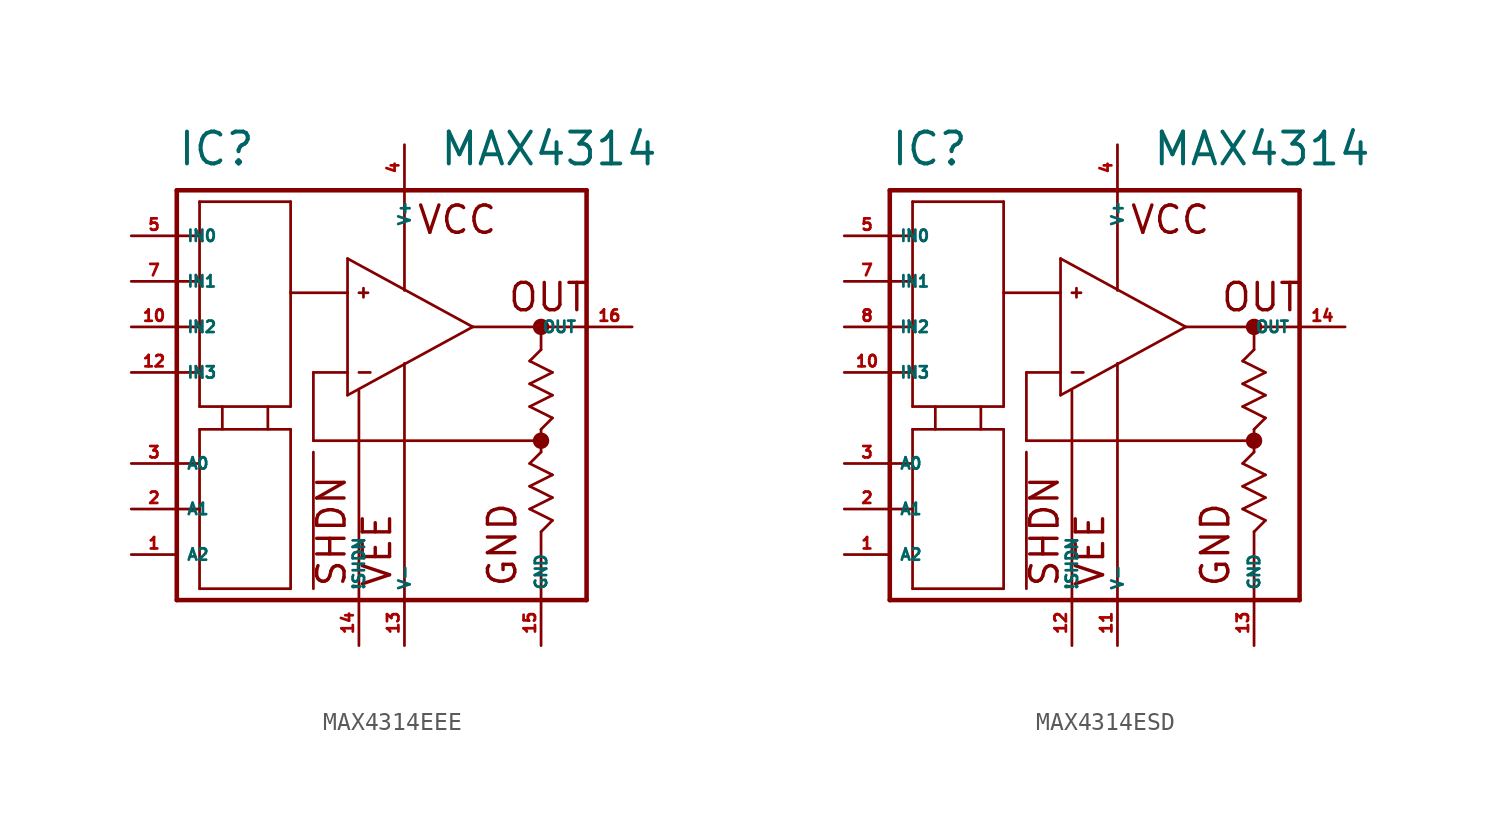
<source format=kicad_sym>
(kicad_symbol_lib
  (version 20220914)
  (generator Eagle2Kicad)
  (symbol "MAX4314EEE"
    (property "Reference" "IC"
      (at -10.16 11.43 0)
      (effects (font (size 1.778 1.778) (thickness 0.22)) (justify left bottom)))
    (property "Value" "MAX4314"
      (at 4.445 11.43 0)
      (effects (font (size 1.778 1.778) (thickness 0.22)) (justify left bottom)))
    (polyline
      (pts (xy 6.35 2.54) (xy -0.635 6.35))
      (stroke (width 0.152) (type default))
      (fill (type none)))
    (polyline
      (pts (xy -0.635 6.35) (xy -0.635 4.445))
      (stroke (width 0.152) (type default))
      (fill (type none)))
    (polyline
      (pts (xy -0.635 4.445) (xy -0.635 0))
      (stroke (width 0.152) (type default))
      (fill (type none)))
    (polyline
      (pts (xy -0.635 0) (xy -0.635 -1.27))
      (stroke (width 0.152) (type default))
      (fill (type none)))
    (polyline
      (pts (xy -0.635 -1.27) (xy 6.35 2.54))
      (stroke (width 0.152) (type default))
      (fill (type none)))
    (polyline
      (pts (xy -10.16 10.16) (xy -10.16 7.62))
      (stroke (width 0.254) (type default))
      (fill (type none)))
    (polyline
      (pts (xy -10.16 7.62) (xy -10.16 5.08))
      (stroke (width 0.254) (type default))
      (fill (type none)))
    (polyline
      (pts (xy -10.16 5.08) (xy -10.16 2.54))
      (stroke (width 0.254) (type default))
      (fill (type none)))
    (polyline
      (pts (xy -10.16 2.54) (xy -10.16 0))
      (stroke (width 0.254) (type default))
      (fill (type none)))
    (polyline
      (pts (xy -10.16 0) (xy -10.16 -5.08))
      (stroke (width 0.254) (type default))
      (fill (type none)))
    (polyline
      (pts (xy -10.16 -5.08) (xy -10.16 -7.62))
      (stroke (width 0.254) (type default))
      (fill (type none)))
    (polyline
      (pts (xy -10.16 -7.62) (xy -10.16 -12.7))
      (stroke (width 0.254) (type default))
      (fill (type none)))
    (polyline
      (pts (xy -10.16 -12.7) (xy 0 -12.7))
      (stroke (width 0.254) (type default))
      (fill (type none)))
    (polyline
      (pts (xy 0 -12.7) (xy 2.54 -12.7))
      (stroke (width 0.254) (type default))
      (fill (type none)))
    (polyline
      (pts (xy 2.54 -12.7) (xy 10.16 -12.7))
      (stroke (width 0.254) (type default))
      (fill (type none)))
    (polyline
      (pts (xy 10.16 -12.7) (xy 12.7 -12.7))
      (stroke (width 0.254) (type default))
      (fill (type none)))
    (polyline
      (pts (xy 12.7 -12.7) (xy 12.7 2.54))
      (stroke (width 0.254) (type default))
      (fill (type none)))
    (polyline
      (pts (xy 12.7 2.54) (xy 12.7 10.16))
      (stroke (width 0.254) (type default))
      (fill (type none)))
    (polyline
      (pts (xy 12.7 10.16) (xy 2.54 10.16))
      (stroke (width 0.254) (type default))
      (fill (type none)))
    (polyline
      (pts (xy 2.54 10.16) (xy -10.16 10.16))
      (stroke (width 0.254) (type default))
      (fill (type none)))
    (polyline
      (pts (xy -10.16 7.62) (xy -8.89 7.62))
      (stroke (width 0.152) (type default))
      (fill (type none)))
    (polyline
      (pts (xy -8.89 7.62) (xy -8.89 9.525))
      (stroke (width 0.152) (type default))
      (fill (type none)))
    (polyline
      (pts (xy -8.89 9.525) (xy -3.81 9.525))
      (stroke (width 0.152) (type default))
      (fill (type none)))
    (polyline
      (pts (xy -3.81 9.525) (xy -3.81 4.445))
      (stroke (width 0.152) (type default))
      (fill (type none)))
    (polyline
      (pts (xy -3.81 4.445) (xy -3.81 -1.905))
      (stroke (width 0.152) (type default))
      (fill (type none)))
    (polyline
      (pts (xy -8.89 -1.905) (xy -8.89 0))
      (stroke (width 0.152) (type default))
      (fill (type none)))
    (polyline
      (pts (xy -8.89 0) (xy -8.89 2.54))
      (stroke (width 0.152) (type default))
      (fill (type none)))
    (polyline
      (pts (xy -8.89 2.54) (xy -8.89 5.08))
      (stroke (width 0.152) (type default))
      (fill (type none)))
    (polyline
      (pts (xy -8.89 5.08) (xy -8.89 7.62))
      (stroke (width 0.152) (type default))
      (fill (type none)))
    (polyline
      (pts (xy -10.16 5.08) (xy -8.89 5.08))
      (stroke (width 0.152) (type default))
      (fill (type none)))
    (polyline
      (pts (xy 6.35 2.54) (xy 10.16 2.54))
      (stroke (width 0.152) (type default))
      (fill (type none)))
    (polyline
      (pts (xy 10.16 2.54) (xy 12.7 2.54))
      (stroke (width 0.152) (type default))
      (fill (type none)))
    (polyline
      (pts (xy 10.16 2.54) (xy 10.16 1.27))
      (stroke (width 0.152) (type default))
      (fill (type none)))
    (polyline
      (pts (xy 10.16 1.27) (xy 9.525 0.635))
      (stroke (width 0.152) (type default))
      (fill (type none)))
    (polyline
      (pts (xy 9.525 0.635) (xy 10.795 0))
      (stroke (width 0.152) (type default))
      (fill (type none)))
    (polyline
      (pts (xy 10.795 0) (xy 9.525 -0.635))
      (stroke (width 0.152) (type default))
      (fill (type none)))
    (polyline
      (pts (xy 9.525 -0.635) (xy 10.795 -1.27))
      (stroke (width 0.152) (type default))
      (fill (type none)))
    (polyline
      (pts (xy 10.795 -1.27) (xy 9.525 -1.905))
      (stroke (width 0.152) (type default))
      (fill (type none)))
    (polyline
      (pts (xy 10.795 -5.715) (xy 9.525 -6.35))
      (stroke (width 0.152) (type default))
      (fill (type none)))
    (polyline
      (pts (xy 9.525 -6.35) (xy 10.795 -6.985))
      (stroke (width 0.152) (type default))
      (fill (type none)))
    (polyline
      (pts (xy 10.795 -6.985) (xy 9.525 -7.62))
      (stroke (width 0.152) (type default))
      (fill (type none)))
    (polyline
      (pts (xy 9.525 -7.62) (xy 10.795 -8.255))
      (stroke (width 0.152) (type default))
      (fill (type none)))
    (polyline
      (pts (xy 10.795 -8.255) (xy 10.16 -8.89))
      (stroke (width 0.152) (type default))
      (fill (type none)))
    (polyline
      (pts (xy 10.16 -8.89) (xy 10.16 -12.7))
      (stroke (width 0.152) (type default))
      (fill (type none)))
    (polyline
      (pts (xy 9.525 -1.905) (xy 10.795 -2.54))
      (stroke (width 0.152) (type default))
      (fill (type none)))
    (polyline
      (pts (xy 10.795 -2.54) (xy 10.16 -3.175))
      (stroke (width 0.152) (type default))
      (fill (type none)))
    (polyline
      (pts (xy 10.795 -5.715) (xy 9.525 -5.08))
      (stroke (width 0.152) (type default))
      (fill (type none)))
    (polyline
      (pts (xy 9.525 -5.08) (xy 10.16 -4.445))
      (stroke (width 0.152) (type default))
      (fill (type none)))
    (polyline
      (pts (xy 10.16 -4.445) (xy 10.16 -3.81))
      (stroke (width 0.152) (type default))
      (fill (type none)))
    (polyline
      (pts (xy 10.16 -3.81) (xy 10.16 -3.175))
      (stroke (width 0.152) (type default))
      (fill (type none)))
    (polyline
      (pts (xy 10.16 -3.81) (xy -2.54 -3.81))
      (stroke (width 0.152) (type default))
      (fill (type none)))
    (polyline
      (pts (xy -2.54 -3.81) (xy -2.54 0))
      (stroke (width 0.152) (type default))
      (fill (type none)))
    (polyline
      (pts (xy -2.54 0) (xy -0.635 0))
      (stroke (width 0.152) (type default))
      (fill (type none)))
    (polyline
      (pts (xy -0.635 4.445) (xy -3.81 4.445))
      (stroke (width 0.152) (type default))
      (fill (type none)))
    (polyline
      (pts (xy 0 0) (xy 0.635 0))
      (stroke (width 0.152) (type default))
      (fill (type none)))
    (polyline
      (pts (xy 0 4.445) (xy 0.508 4.445))
      (stroke (width 0.152) (type default))
      (fill (type none)))
    (polyline
      (pts (xy 0.254 4.699) (xy 0.254 4.191))
      (stroke (width 0.152) (type default))
      (fill (type none)))
    (polyline
      (pts (xy 0 -12.7) (xy 0 -1.016))
      (stroke (width 0.152) (type default))
      (fill (type none)))
    (polyline
      (pts (xy 2.54 10.16) (xy 2.54 4.572))
      (stroke (width 0.152) (type default))
      (fill (type none)))
    (polyline
      (pts (xy 2.54 -12.7) (xy 2.54 0.508))
      (stroke (width 0.152) (type default))
      (fill (type none)))
    (polyline
      (pts (xy -5.08 -1.905) (xy -5.08 -3.175))
      (stroke (width 0.152) (type default))
      (fill (type none)))
    (polyline
      (pts (xy -7.62 -1.905) (xy -7.62 -3.175))
      (stroke (width 0.152) (type default))
      (fill (type none)))
    (polyline
      (pts (xy -8.89 -12.065) (xy -8.89 -7.62))
      (stroke (width 0.152) (type default))
      (fill (type none)))
    (polyline
      (pts (xy -8.89 -7.62) (xy -8.89 -5.08))
      (stroke (width 0.152) (type default))
      (fill (type none)))
    (polyline
      (pts (xy -8.89 -5.08) (xy -8.89 -3.175))
      (stroke (width 0.152) (type default))
      (fill (type none)))
    (polyline
      (pts (xy -8.89 -3.175) (xy -3.81 -3.175))
      (stroke (width 0.152) (type default))
      (fill (type none)))
    (polyline
      (pts (xy -3.81 -12.065) (xy -3.81 -3.175))
      (stroke (width 0.152) (type default))
      (fill (type none)))
    (polyline
      (pts (xy -8.89 -1.905) (xy -3.81 -1.905))
      (stroke (width 0.152) (type default))
      (fill (type none)))
    (polyline
      (pts (xy -8.89 -12.065) (xy -3.81 -12.065))
      (stroke (width 0.152) (type default))
      (fill (type none)))
    (polyline
      (pts (xy -10.16 -5.08) (xy -8.89 -5.08))
      (stroke (width 0.152) (type default))
      (fill (type none)))
    (polyline
      (pts (xy -10.16 2.54) (xy -8.89 2.54))
      (stroke (width 0.152) (type default))
      (fill (type none)))
    (polyline
      (pts (xy -10.16 0) (xy -8.89 0))
      (stroke (width 0.152) (type default))
      (fill (type none)))
    (polyline
      (pts (xy -10.16 -7.62) (xy -8.89 -7.62))
      (stroke (width 0.152) (type default))
      (fill (type none)))
    (polyline
      (pts (xy -2.54 -4.445) (xy -2.54 -12.065))
      (stroke (width 0.152) (type default))
      (fill (type none)))
    (text "VEE"
      (at 1.905 -12.065 900)
      (effects (font (size 1.524 1.524) (thickness 0.19)) (justify left bottom)))
    (text "SHDN"
      (at -0.635 -12.065 900)
      (effects (font (size 1.524 1.524) (thickness 0.19)) (justify left bottom)))
    (text "GND"
      (at 8.89 -12.065 900)
      (effects (font (size 1.524 1.524) (thickness 0.19)) (justify left bottom)))
    (text "VCC"
      (at 3.175 7.62 0)
      (effects (font (size 1.524 1.524) (thickness 0.19)) (justify left bottom)))
    (text "OUT"
      (at 8.255 3.302 0)
      (effects (font (size 1.524 1.524) (thickness 0.19)) (justify left bottom)))
    (circle
      (center 10.16 2.54)
      (radius 0.254)
      (stroke (width 0.406) (type default))
      (fill (type none)))
    (circle
      (center 10.16 -3.81)
      (radius 0.254)
      (stroke (width 0.406) (type default))
      (fill (type none)))
    (pin input line
      (at -12.7 5.08 0)
      (length 2.54)
      (name "IN1" (effects (font (size 0.635 0.635) (thickness 0.08)) (justify left bottom)))
      (number "7" (effects (font (size 0.635 0.635) (thickness 0.08)) (justify left bottom))))
    (pin input line
      (at -12.7 7.62 0)
      (length 2.54)
      (name "IN0" (effects (font (size 0.635 0.635) (thickness 0.08)) (justify left bottom)))
      (number "5" (effects (font (size 0.635 0.635) (thickness 0.08)) (justify left bottom))))
    (pin output line
      (at 15.24 2.54 180)
      (length 2.54)
      (name "OUT" (effects (font (size 0.635 0.635) (thickness 0.08)) (justify left bottom)))
      (number "16" (effects (font (size 0.635 0.635) (thickness 0.08)) (justify left bottom))))
    (pin passive line
      (at 0 -15.24 90)
      (length 2.54)
      (name "!SHDN" (effects (font (size 0.635 0.635) (thickness 0.08)) (justify left bottom)))
      (number "14" (effects (font (size 0.635 0.635) (thickness 0.08)) (justify left bottom))))
    (pin unspecified line
      (at 2.54 12.7 270)
      (length 2.54)
      (name "V+" (effects (font (size 0.635 0.635) (thickness 0.08)) (justify left bottom)))
      (number "4" (effects (font (size 0.635 0.635) (thickness 0.08)) (justify left bottom))))
    (pin unspecified line
      (at 2.54 -15.24 90)
      (length 2.54)
      (name "V-" (effects (font (size 0.635 0.635) (thickness 0.08)) (justify left bottom)))
      (number "13" (effects (font (size 0.635 0.635) (thickness 0.08)) (justify left bottom))))
    (pin unspecified line
      (at 10.16 -15.24 90)
      (length 2.54)
      (name "GND" (effects (font (size 0.635 0.635) (thickness 0.08)) (justify left bottom)))
      (number "15" (effects (font (size 0.635 0.635) (thickness 0.08)) (justify left bottom))))
    (pin input line
      (at -12.7 -5.08 0)
      (length 2.54)
      (name "A0" (effects (font (size 0.635 0.635) (thickness 0.08)) (justify left bottom)))
      (number "3" (effects (font (size 0.635 0.635) (thickness 0.08)) (justify left bottom))))
    (pin input line
      (at -12.7 2.54 0)
      (length 2.54)
      (name "IN2" (effects (font (size 0.635 0.635) (thickness 0.08)) (justify left bottom)))
      (number "10" (effects (font (size 0.635 0.635) (thickness 0.08)) (justify left bottom))))
    (pin input line
      (at -12.7 0 0)
      (length 2.54)
      (name "IN3" (effects (font (size 0.635 0.635) (thickness 0.08)) (justify left bottom)))
      (number "12" (effects (font (size 0.635 0.635) (thickness 0.08)) (justify left bottom))))
    (pin input line
      (at -12.7 -7.62 0)
      (length 2.54)
      (name "A1" (effects (font (size 0.635 0.635) (thickness 0.08)) (justify left bottom)))
      (number "2" (effects (font (size 0.635 0.635) (thickness 0.08)) (justify left bottom))))
    (pin input line
      (at -12.7 -10.16 0)
      (length 2.54)
      (name "A2" (effects (font (size 0.635 0.635) (thickness 0.08)) (justify left bottom)))
      (number "1" (effects (font (size 0.635 0.635) (thickness 0.08)) (justify left bottom)))))
  (symbol "MAX4314ESD"
    (property "Reference" "IC"
      (at -10.16 11.43 0)
      (effects (font (size 1.778 1.778) (thickness 0.22)) (justify left bottom)))
    (property "Value" "MAX4314"
      (at 4.445 11.43 0)
      (effects (font (size 1.778 1.778) (thickness 0.22)) (justify left bottom)))
    (polyline
      (pts (xy 6.35 2.54) (xy -0.635 6.35))
      (stroke (width 0.152) (type default))
      (fill (type none)))
    (polyline
      (pts (xy -0.635 6.35) (xy -0.635 4.445))
      (stroke (width 0.152) (type default))
      (fill (type none)))
    (polyline
      (pts (xy -0.635 4.445) (xy -0.635 0))
      (stroke (width 0.152) (type default))
      (fill (type none)))
    (polyline
      (pts (xy -0.635 0) (xy -0.635 -1.27))
      (stroke (width 0.152) (type default))
      (fill (type none)))
    (polyline
      (pts (xy -0.635 -1.27) (xy 6.35 2.54))
      (stroke (width 0.152) (type default))
      (fill (type none)))
    (polyline
      (pts (xy -10.16 10.16) (xy -10.16 7.62))
      (stroke (width 0.254) (type default))
      (fill (type none)))
    (polyline
      (pts (xy -10.16 7.62) (xy -10.16 5.08))
      (stroke (width 0.254) (type default))
      (fill (type none)))
    (polyline
      (pts (xy -10.16 5.08) (xy -10.16 2.54))
      (stroke (width 0.254) (type default))
      (fill (type none)))
    (polyline
      (pts (xy -10.16 2.54) (xy -10.16 0))
      (stroke (width 0.254) (type default))
      (fill (type none)))
    (polyline
      (pts (xy -10.16 0) (xy -10.16 -5.08))
      (stroke (width 0.254) (type default))
      (fill (type none)))
    (polyline
      (pts (xy -10.16 -5.08) (xy -10.16 -7.62))
      (stroke (width 0.254) (type default))
      (fill (type none)))
    (polyline
      (pts (xy -10.16 -7.62) (xy -10.16 -12.7))
      (stroke (width 0.254) (type default))
      (fill (type none)))
    (polyline
      (pts (xy -10.16 -12.7) (xy 0 -12.7))
      (stroke (width 0.254) (type default))
      (fill (type none)))
    (polyline
      (pts (xy 0 -12.7) (xy 2.54 -12.7))
      (stroke (width 0.254) (type default))
      (fill (type none)))
    (polyline
      (pts (xy 2.54 -12.7) (xy 10.16 -12.7))
      (stroke (width 0.254) (type default))
      (fill (type none)))
    (polyline
      (pts (xy 10.16 -12.7) (xy 12.7 -12.7))
      (stroke (width 0.254) (type default))
      (fill (type none)))
    (polyline
      (pts (xy 12.7 -12.7) (xy 12.7 2.54))
      (stroke (width 0.254) (type default))
      (fill (type none)))
    (polyline
      (pts (xy 12.7 2.54) (xy 12.7 10.16))
      (stroke (width 0.254) (type default))
      (fill (type none)))
    (polyline
      (pts (xy 12.7 10.16) (xy 2.54 10.16))
      (stroke (width 0.254) (type default))
      (fill (type none)))
    (polyline
      (pts (xy 2.54 10.16) (xy -10.16 10.16))
      (stroke (width 0.254) (type default))
      (fill (type none)))
    (polyline
      (pts (xy -10.16 7.62) (xy -8.89 7.62))
      (stroke (width 0.152) (type default))
      (fill (type none)))
    (polyline
      (pts (xy -8.89 7.62) (xy -8.89 9.525))
      (stroke (width 0.152) (type default))
      (fill (type none)))
    (polyline
      (pts (xy -8.89 9.525) (xy -3.81 9.525))
      (stroke (width 0.152) (type default))
      (fill (type none)))
    (polyline
      (pts (xy -3.81 9.525) (xy -3.81 4.445))
      (stroke (width 0.152) (type default))
      (fill (type none)))
    (polyline
      (pts (xy -3.81 4.445) (xy -3.81 -1.905))
      (stroke (width 0.152) (type default))
      (fill (type none)))
    (polyline
      (pts (xy -8.89 -1.905) (xy -8.89 0))
      (stroke (width 0.152) (type default))
      (fill (type none)))
    (polyline
      (pts (xy -8.89 0) (xy -8.89 2.54))
      (stroke (width 0.152) (type default))
      (fill (type none)))
    (polyline
      (pts (xy -8.89 2.54) (xy -8.89 5.08))
      (stroke (width 0.152) (type default))
      (fill (type none)))
    (polyline
      (pts (xy -8.89 5.08) (xy -8.89 7.62))
      (stroke (width 0.152) (type default))
      (fill (type none)))
    (polyline
      (pts (xy -10.16 5.08) (xy -8.89 5.08))
      (stroke (width 0.152) (type default))
      (fill (type none)))
    (polyline
      (pts (xy 6.35 2.54) (xy 10.16 2.54))
      (stroke (width 0.152) (type default))
      (fill (type none)))
    (polyline
      (pts (xy 10.16 2.54) (xy 12.7 2.54))
      (stroke (width 0.152) (type default))
      (fill (type none)))
    (polyline
      (pts (xy 10.16 2.54) (xy 10.16 1.27))
      (stroke (width 0.152) (type default))
      (fill (type none)))
    (polyline
      (pts (xy 10.16 1.27) (xy 9.525 0.635))
      (stroke (width 0.152) (type default))
      (fill (type none)))
    (polyline
      (pts (xy 9.525 0.635) (xy 10.795 0))
      (stroke (width 0.152) (type default))
      (fill (type none)))
    (polyline
      (pts (xy 10.795 0) (xy 9.525 -0.635))
      (stroke (width 0.152) (type default))
      (fill (type none)))
    (polyline
      (pts (xy 9.525 -0.635) (xy 10.795 -1.27))
      (stroke (width 0.152) (type default))
      (fill (type none)))
    (polyline
      (pts (xy 10.795 -1.27) (xy 9.525 -1.905))
      (stroke (width 0.152) (type default))
      (fill (type none)))
    (polyline
      (pts (xy 10.795 -5.715) (xy 9.525 -6.35))
      (stroke (width 0.152) (type default))
      (fill (type none)))
    (polyline
      (pts (xy 9.525 -6.35) (xy 10.795 -6.985))
      (stroke (width 0.152) (type default))
      (fill (type none)))
    (polyline
      (pts (xy 10.795 -6.985) (xy 9.525 -7.62))
      (stroke (width 0.152) (type default))
      (fill (type none)))
    (polyline
      (pts (xy 9.525 -7.62) (xy 10.795 -8.255))
      (stroke (width 0.152) (type default))
      (fill (type none)))
    (polyline
      (pts (xy 10.795 -8.255) (xy 10.16 -8.89))
      (stroke (width 0.152) (type default))
      (fill (type none)))
    (polyline
      (pts (xy 10.16 -8.89) (xy 10.16 -12.7))
      (stroke (width 0.152) (type default))
      (fill (type none)))
    (polyline
      (pts (xy 9.525 -1.905) (xy 10.795 -2.54))
      (stroke (width 0.152) (type default))
      (fill (type none)))
    (polyline
      (pts (xy 10.795 -2.54) (xy 10.16 -3.175))
      (stroke (width 0.152) (type default))
      (fill (type none)))
    (polyline
      (pts (xy 10.795 -5.715) (xy 9.525 -5.08))
      (stroke (width 0.152) (type default))
      (fill (type none)))
    (polyline
      (pts (xy 9.525 -5.08) (xy 10.16 -4.445))
      (stroke (width 0.152) (type default))
      (fill (type none)))
    (polyline
      (pts (xy 10.16 -4.445) (xy 10.16 -3.81))
      (stroke (width 0.152) (type default))
      (fill (type none)))
    (polyline
      (pts (xy 10.16 -3.81) (xy 10.16 -3.175))
      (stroke (width 0.152) (type default))
      (fill (type none)))
    (polyline
      (pts (xy 10.16 -3.81) (xy -2.54 -3.81))
      (stroke (width 0.152) (type default))
      (fill (type none)))
    (polyline
      (pts (xy -2.54 -3.81) (xy -2.54 0))
      (stroke (width 0.152) (type default))
      (fill (type none)))
    (polyline
      (pts (xy -2.54 0) (xy -0.635 0))
      (stroke (width 0.152) (type default))
      (fill (type none)))
    (polyline
      (pts (xy -0.635 4.445) (xy -3.81 4.445))
      (stroke (width 0.152) (type default))
      (fill (type none)))
    (polyline
      (pts (xy 0 0) (xy 0.635 0))
      (stroke (width 0.152) (type default))
      (fill (type none)))
    (polyline
      (pts (xy 0 4.445) (xy 0.508 4.445))
      (stroke (width 0.152) (type default))
      (fill (type none)))
    (polyline
      (pts (xy 0.254 4.699) (xy 0.254 4.191))
      (stroke (width 0.152) (type default))
      (fill (type none)))
    (polyline
      (pts (xy 0 -12.7) (xy 0 -1.016))
      (stroke (width 0.152) (type default))
      (fill (type none)))
    (polyline
      (pts (xy 2.54 10.16) (xy 2.54 4.572))
      (stroke (width 0.152) (type default))
      (fill (type none)))
    (polyline
      (pts (xy 2.54 -12.7) (xy 2.54 0.508))
      (stroke (width 0.152) (type default))
      (fill (type none)))
    (polyline
      (pts (xy -5.08 -1.905) (xy -5.08 -3.175))
      (stroke (width 0.152) (type default))
      (fill (type none)))
    (polyline
      (pts (xy -7.62 -1.905) (xy -7.62 -3.175))
      (stroke (width 0.152) (type default))
      (fill (type none)))
    (polyline
      (pts (xy -8.89 -12.065) (xy -8.89 -7.62))
      (stroke (width 0.152) (type default))
      (fill (type none)))
    (polyline
      (pts (xy -8.89 -7.62) (xy -8.89 -5.08))
      (stroke (width 0.152) (type default))
      (fill (type none)))
    (polyline
      (pts (xy -8.89 -5.08) (xy -8.89 -3.175))
      (stroke (width 0.152) (type default))
      (fill (type none)))
    (polyline
      (pts (xy -8.89 -3.175) (xy -3.81 -3.175))
      (stroke (width 0.152) (type default))
      (fill (type none)))
    (polyline
      (pts (xy -3.81 -12.065) (xy -3.81 -3.175))
      (stroke (width 0.152) (type default))
      (fill (type none)))
    (polyline
      (pts (xy -8.89 -1.905) (xy -3.81 -1.905))
      (stroke (width 0.152) (type default))
      (fill (type none)))
    (polyline
      (pts (xy -8.89 -12.065) (xy -3.81 -12.065))
      (stroke (width 0.152) (type default))
      (fill (type none)))
    (polyline
      (pts (xy -10.16 -5.08) (xy -8.89 -5.08))
      (stroke (width 0.152) (type default))
      (fill (type none)))
    (polyline
      (pts (xy -10.16 2.54) (xy -8.89 2.54))
      (stroke (width 0.152) (type default))
      (fill (type none)))
    (polyline
      (pts (xy -10.16 0) (xy -8.89 0))
      (stroke (width 0.152) (type default))
      (fill (type none)))
    (polyline
      (pts (xy -10.16 -7.62) (xy -8.89 -7.62))
      (stroke (width 0.152) (type default))
      (fill (type none)))
    (polyline
      (pts (xy -2.54 -4.445) (xy -2.54 -12.065))
      (stroke (width 0.152) (type default))
      (fill (type none)))
    (text "VEE"
      (at 1.905 -12.065 900)
      (effects (font (size 1.524 1.524) (thickness 0.19)) (justify left bottom)))
    (text "SHDN"
      (at -0.635 -12.065 900)
      (effects (font (size 1.524 1.524) (thickness 0.19)) (justify left bottom)))
    (text "GND"
      (at 8.89 -12.065 900)
      (effects (font (size 1.524 1.524) (thickness 0.19)) (justify left bottom)))
    (text "VCC"
      (at 3.175 7.62 0)
      (effects (font (size 1.524 1.524) (thickness 0.19)) (justify left bottom)))
    (text "OUT"
      (at 8.255 3.302 0)
      (effects (font (size 1.524 1.524) (thickness 0.19)) (justify left bottom)))
    (circle
      (center 10.16 2.54)
      (radius 0.254)
      (stroke (width 0.406) (type default))
      (fill (type none)))
    (circle
      (center 10.16 -3.81)
      (radius 0.254)
      (stroke (width 0.406) (type default))
      (fill (type none)))
    (pin input line
      (at -12.7 5.08 0)
      (length 2.54)
      (name "IN1" (effects (font (size 0.635 0.635) (thickness 0.08)) (justify left bottom)))
      (number "7" (effects (font (size 0.635 0.635) (thickness 0.08)) (justify left bottom))))
    (pin input line
      (at -12.7 7.62 0)
      (length 2.54)
      (name "IN0" (effects (font (size 0.635 0.635) (thickness 0.08)) (justify left bottom)))
      (number "5" (effects (font (size 0.635 0.635) (thickness 0.08)) (justify left bottom))))
    (pin output line
      (at 15.24 2.54 180)
      (length 2.54)
      (name "OUT" (effects (font (size 0.635 0.635) (thickness 0.08)) (justify left bottom)))
      (number "14" (effects (font (size 0.635 0.635) (thickness 0.08)) (justify left bottom))))
    (pin passive line
      (at 0 -15.24 90)
      (length 2.54)
      (name "!SHDN" (effects (font (size 0.635 0.635) (thickness 0.08)) (justify left bottom)))
      (number "12" (effects (font (size 0.635 0.635) (thickness 0.08)) (justify left bottom))))
    (pin unspecified line
      (at 2.54 12.7 270)
      (length 2.54)
      (name "V+" (effects (font (size 0.635 0.635) (thickness 0.08)) (justify left bottom)))
      (number "4" (effects (font (size 0.635 0.635) (thickness 0.08)) (justify left bottom))))
    (pin unspecified line
      (at 2.54 -15.24 90)
      (length 2.54)
      (name "V-" (effects (font (size 0.635 0.635) (thickness 0.08)) (justify left bottom)))
      (number "11" (effects (font (size 0.635 0.635) (thickness 0.08)) (justify left bottom))))
    (pin unspecified line
      (at 10.16 -15.24 90)
      (length 2.54)
      (name "GND" (effects (font (size 0.635 0.635) (thickness 0.08)) (justify left bottom)))
      (number "13" (effects (font (size 0.635 0.635) (thickness 0.08)) (justify left bottom))))
    (pin input line
      (at -12.7 -5.08 0)
      (length 2.54)
      (name "A0" (effects (font (size 0.635 0.635) (thickness 0.08)) (justify left bottom)))
      (number "3" (effects (font (size 0.635 0.635) (thickness 0.08)) (justify left bottom))))
    (pin input line
      (at -12.7 2.54 0)
      (length 2.54)
      (name "IN2" (effects (font (size 0.635 0.635) (thickness 0.08)) (justify left bottom)))
      (number "8" (effects (font (size 0.635 0.635) (thickness 0.08)) (justify left bottom))))
    (pin input line
      (at -12.7 0 0)
      (length 2.54)
      (name "IN3" (effects (font (size 0.635 0.635) (thickness 0.08)) (justify left bottom)))
      (number "10" (effects (font (size 0.635 0.635) (thickness 0.08)) (justify left bottom))))
    (pin input line
      (at -12.7 -7.62 0)
      (length 2.54)
      (name "A1" (effects (font (size 0.635 0.635) (thickness 0.08)) (justify left bottom)))
      (number "2" (effects (font (size 0.635 0.635) (thickness 0.08)) (justify left bottom))))
    (pin input line
      (at -12.7 -10.16 0)
      (length 2.54)
      (name "A2" (effects (font (size 0.635 0.635) (thickness 0.08)) (justify left bottom)))
      (number "1" (effects (font (size 0.635 0.635) (thickness 0.08)) (justify left bottom))))))
</source>
